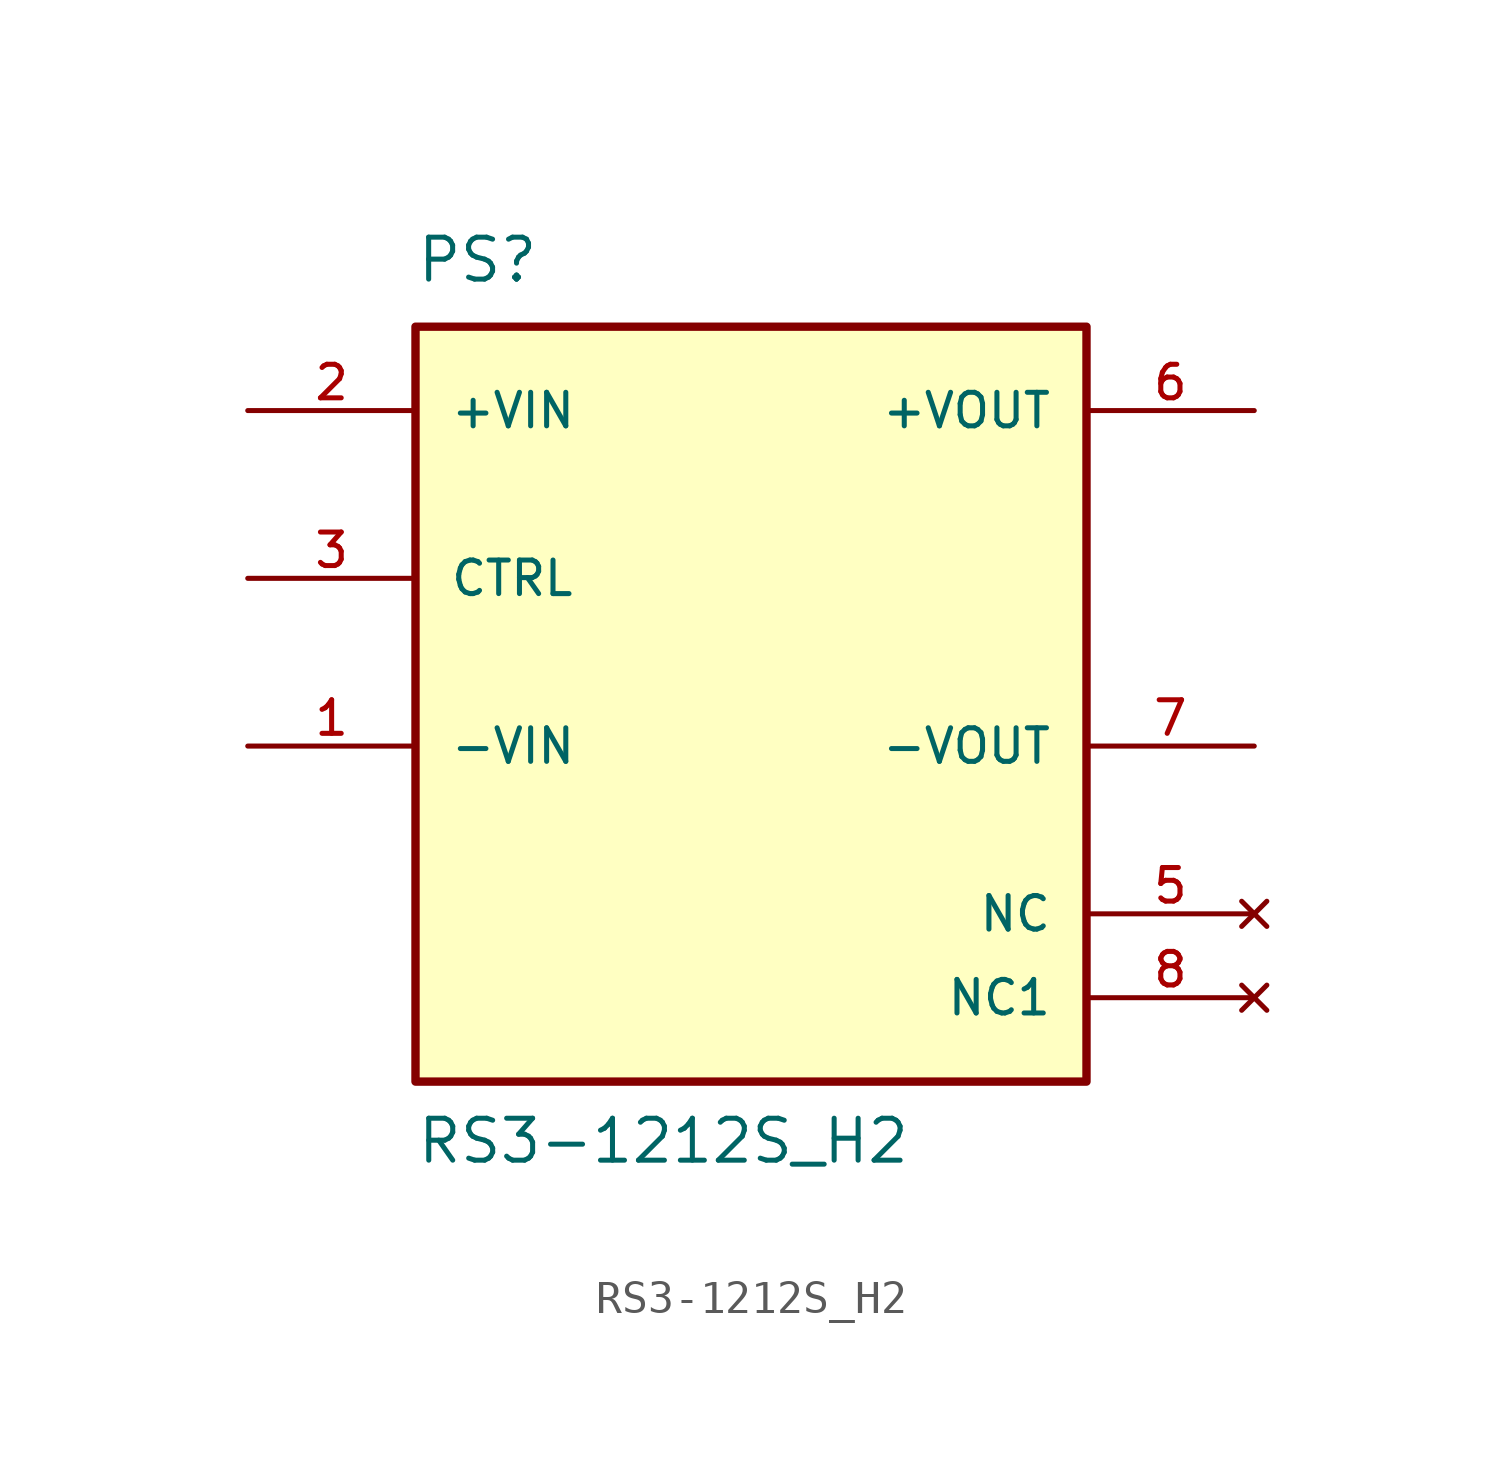
<source format=kicad_sym>
(kicad_symbol_lib
  (version 20211014)
  (generator kicad_symbol_editor)
  (symbol "RS3-1212S_H2"
    (pin_names
      (offset 1.016))
    (property "Reference" "PS"
      (at -10.164 11.438 0)
      (effects (font (size 1.27 1.27)) (justify bottom left)))
    (property "Value" "RS3-1212S_H2"
      (at -10.161 -15.243 0)
      (effects (font (size 1.27 1.27)) (justify bottom left)))
    (symbol "RS3-1212S_H2_0_0"
      (rectangle (start -10.16 -12.7) (end 10.16 10.16) (stroke (width 0.254)) (fill (type background)))
      (pin input line (at -15.24 7.62 0) (length 5.08) (name "+VIN" (effects (font (size 1.016 1.016)))) (number "2" (effects (font (size 1.016 1.016)))))
      (pin output line (at 15.24 7.62 180.0) (length 5.08) (name "+VOUT" (effects (font (size 1.016 1.016)))) (number "6" (effects (font (size 1.016 1.016)))))
      (pin output line (at 15.24 -2.54 180.0) (length 5.08) (name "-VOUT" (effects (font (size 1.016 1.016)))) (number "7" (effects (font (size 1.016 1.016)))))
      (pin no_connect line (at 15.24 -7.62 180.0) (length 5.08) (name "NC" (effects (font (size 1.016 1.016)))) (number "5" (effects (font (size 1.016 1.016)))))
      (pin input line (at -15.24 -2.54 0) (length 5.08) (name "-VIN" (effects (font (size 1.016 1.016)))) (number "1" (effects (font (size 1.016 1.016)))))
      (pin no_connect line (at 15.24 -10.16 180.0) (length 5.08) (name "NC1" (effects (font (size 1.016 1.016)))) (number "8" (effects (font (size 1.016 1.016)))))
      (pin input line (at -15.24 2.54 0) (length 5.08) (name "CTRL" (effects (font (size 1.016 1.016)))) (number "3" (effects (font (size 1.016 1.016))))))))
</source>
